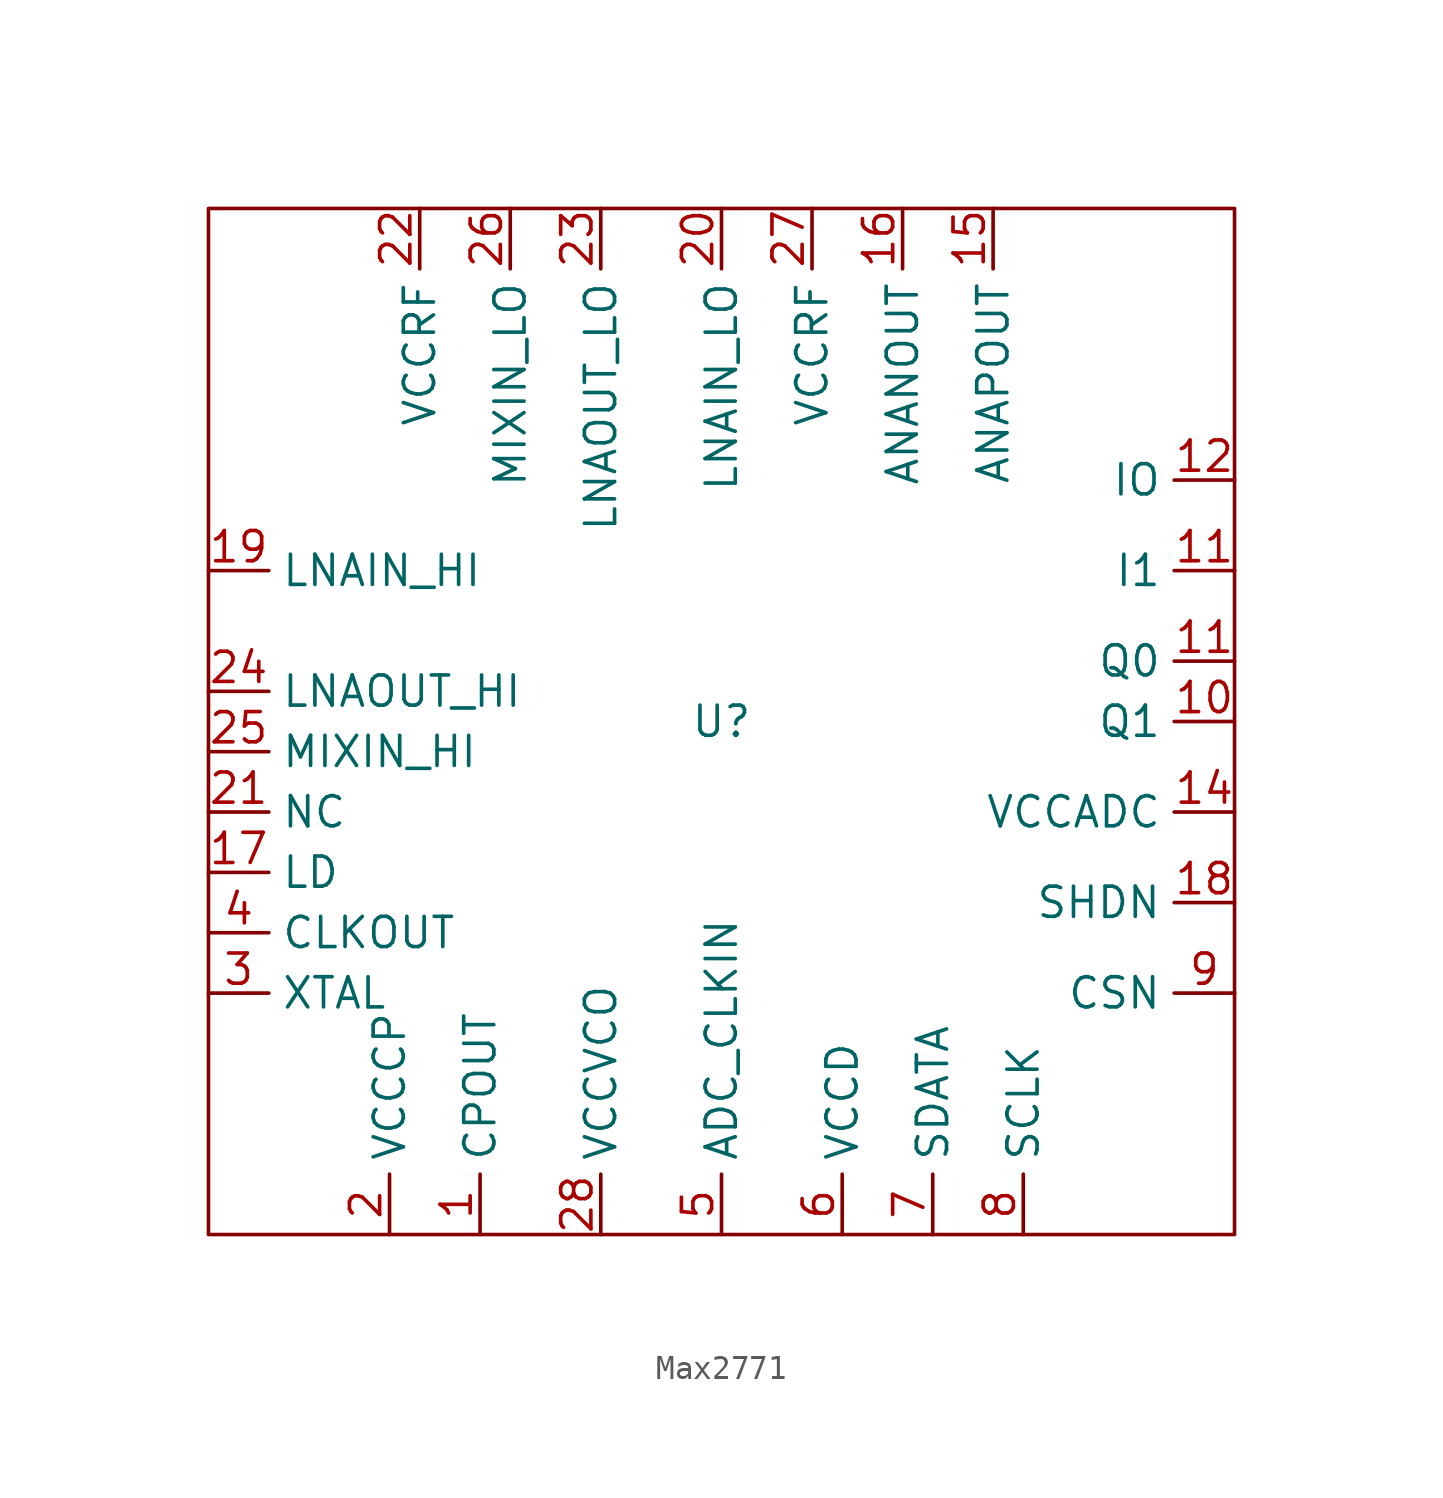
<source format=kicad_sym>
(kicad_symbol_lib
  (version 20241209)
  (generator "kicad_symbol_editor")
  (generator_version "9.0")
  (symbol "Max2771"
    (property "Reference" "U"
      (at 0 0 0)
      (effects (font (size 1.27 1.27))))
    (property "Value" ""
      (at 0 0 0)
      (effects (font (size 1.27 1.27))))
    (symbol "Max2771_0_1"
      (rectangle (start -21.59 21.59) (end 21.59 -21.59) (stroke (width 0) (type default)) (fill (type none))))
    (symbol "Max2771_1_1"
      (pin input line (at -21.59 6.35 0) (length 2.54) (name "LNAIN_HI" (effects (font (size 1.27 1.27)))) (number "19" (effects (font (size 1.27 1.27)))))
      (pin output line (at -21.59 1.27 0) (length 2.54) (name "LNAOUT_HI" (effects (font (size 1.27 1.27)))) (number "24" (effects (font (size 1.27 1.27)))))
      (pin input line (at -21.59 -1.27 0) (length 2.54) (name "MIXIN_HI" (effects (font (size 1.27 1.27)))) (number "25" (effects (font (size 1.27 1.27)))))
      (pin passive line (at -21.59 -3.81 0) (length 2.54) (name "NC" (effects (font (size 1.27 1.27)))) (number "21" (effects (font (size 1.27 1.27)))))
      (pin output line (at -21.59 -6.35 0) (length 2.54) (name "LD" (effects (font (size 1.27 1.27)))) (number "17" (effects (font (size 1.27 1.27)))))
      (pin output line (at -21.59 -8.89 0) (length 2.54) (name "CLKOUT" (effects (font (size 1.27 1.27)))) (number "4" (effects (font (size 1.27 1.27)))))
      (pin input line (at -21.59 -11.43 0) (length 2.54) (name "XTAL" (effects (font (size 1.27 1.27)))) (number "3" (effects (font (size 1.27 1.27)))))
      (pin power_in line (at -13.97 -21.59 90) (length 2.54) (name "VCCCP" (effects (font (size 1.27 1.27)))) (number "2" (effects (font (size 1.27 1.27)))))
      (pin power_in line (at -12.7 21.59 270) (length 2.54) (name "VCCRF" (effects (font (size 1.27 1.27)))) (number "22" (effects (font (size 1.27 1.27)))))
      (pin output line (at -10.16 -21.59 90) (length 2.54) (name "CPOUT" (effects (font (size 1.27 1.27)))) (number "1" (effects (font (size 1.27 1.27)))))
      (pin input line (at -8.89 21.59 270) (length 2.54) (name "MIXIN_LO" (effects (font (size 1.27 1.27)))) (number "26" (effects (font (size 1.27 1.27)))))
      (pin output line (at -5.08 21.59 270) (length 2.54) (name "LNAOUT_LO" (effects (font (size 1.27 1.27)))) (number "23" (effects (font (size 1.27 1.27)))))
      (pin power_in line (at -5.08 -21.59 90) (length 2.54) (name "VCCVCO" (effects (font (size 1.27 1.27)))) (number "28" (effects (font (size 1.27 1.27)))))
      (pin input line (at 0 21.59 270) (length 2.54) (name "LNAIN_LO" (effects (font (size 1.27 1.27)))) (number "20" (effects (font (size 1.27 1.27)))))
      (pin input line (at 0 -21.59 90) (length 2.54) (name "ADC_CLKIN" (effects (font (size 1.27 1.27)))) (number "5" (effects (font (size 1.27 1.27)))))
      (pin power_in line (at 3.81 21.59 270) (length 2.54) (name "VCCRF" (effects (font (size 1.27 1.27)))) (number "27" (effects (font (size 1.27 1.27)))))
      (pin power_in line (at 5.08 -21.59 90) (length 2.54) (name "VCCD" (effects (font (size 1.27 1.27)))) (number "6" (effects (font (size 1.27 1.27)))))
      (pin output line (at 7.62 21.59 270) (length 2.54) (name "ANANOUT" (effects (font (size 1.27 1.27)))) (number "16" (effects (font (size 1.27 1.27)))))
      (pin input line (at 8.89 -21.59 90) (length 2.54) (name "SDATA" (effects (font (size 1.27 1.27)))) (number "7" (effects (font (size 1.27 1.27)))))
      (pin output line (at 11.43 21.59 270) (length 2.54) (name "ANAPOUT" (effects (font (size 1.27 1.27)))) (number "15" (effects (font (size 1.27 1.27)))))
      (pin input line (at 12.7 -21.59 90) (length 2.54) (name "SCLK" (effects (font (size 1.27 1.27)))) (number "8" (effects (font (size 1.27 1.27)))))
      (pin output line (at 21.59 10.16 180) (length 2.54) (name "IO" (effects (font (size 1.27 1.27)))) (number "12" (effects (font (size 1.27 1.27)))))
      (pin output line (at 21.59 6.35 180) (length 2.54) (name "I1" (effects (font (size 1.27 1.27)))) (number "11" (effects (font (size 1.27 1.27)))))
      (pin output line (at 21.59 2.54 180) (length 2.54) (name "Q0" (effects (font (size 1.27 1.27)))) (number "11" (effects (font (size 1.27 1.27)))))
      (pin output line (at 21.59 0 180) (length 2.54) (name "Q1" (effects (font (size 1.27 1.27)))) (number "10" (effects (font (size 1.27 1.27)))))
      (pin power_in line (at 21.59 -3.81 180) (length 2.54) (name "VCCADC" (effects (font (size 1.27 1.27)))) (number "14" (effects (font (size 1.27 1.27)))))
      (pin open_collector line (at 21.59 -7.62 180) (length 2.54) (name "SHDN" (effects (font (size 1.27 1.27)))) (number "18" (effects (font (size 1.27 1.27)))))
      (pin open_collector line (at 21.59 -11.43 180) (length 2.54) (name "CSN" (effects (font (size 1.27 1.27)))) (number "9" (effects (font (size 1.27 1.27))))))))
</source>
